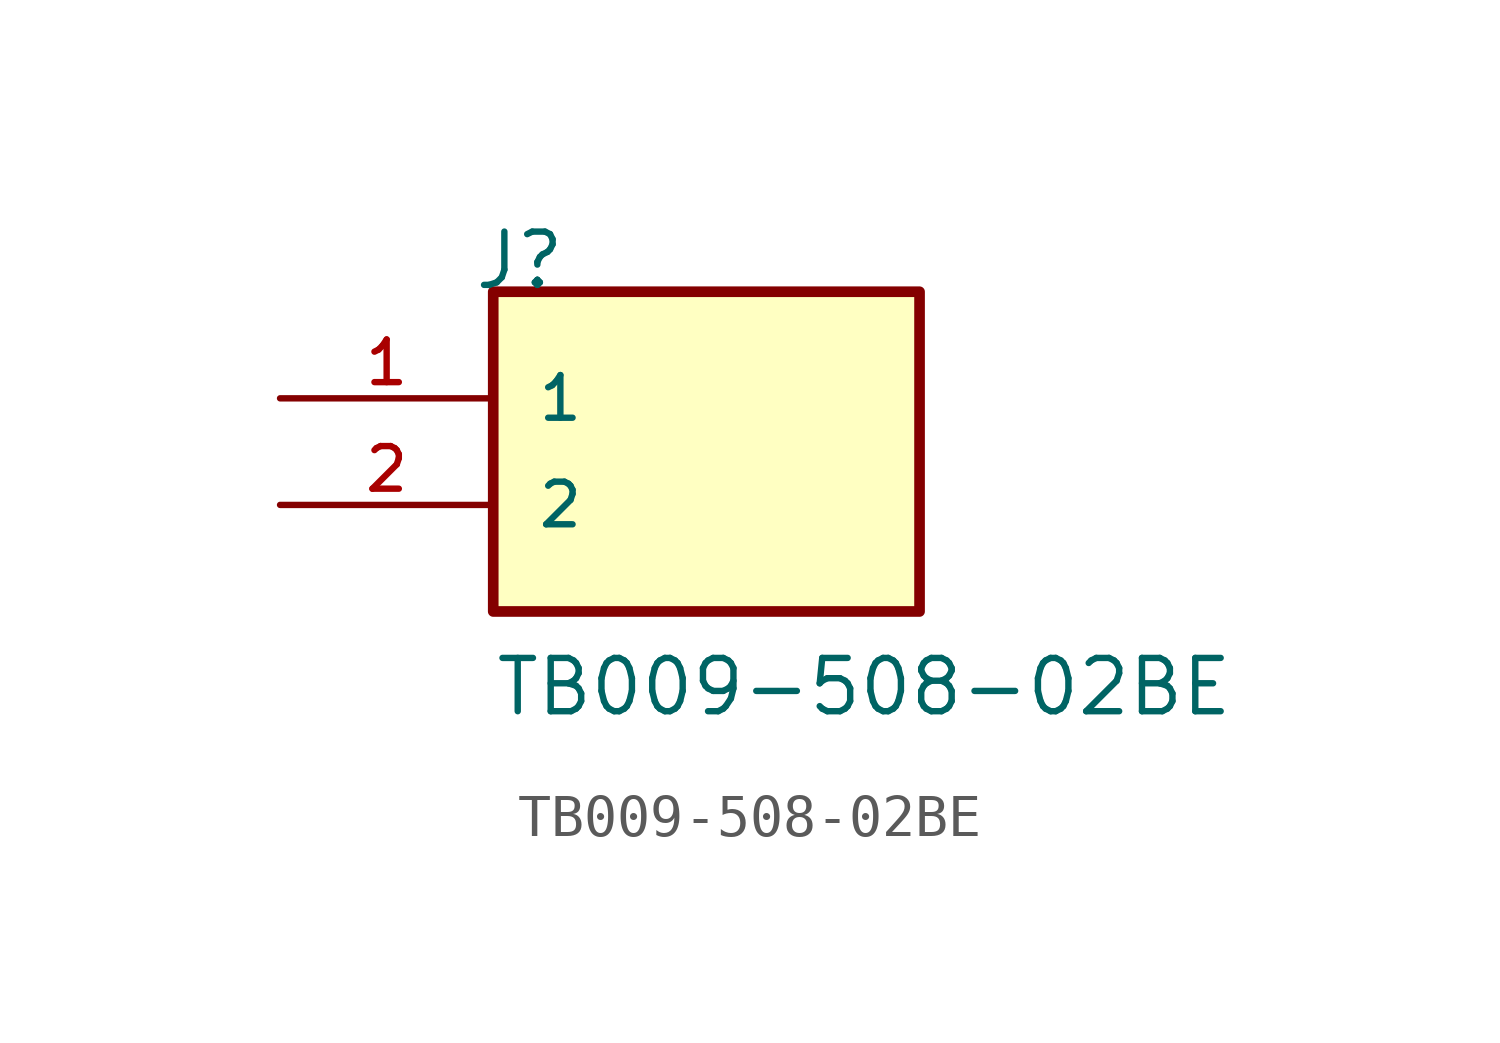
<source format=kicad_sym>
(kicad_symbol_lib
  (version 20211014)
  (generator kicad_symbol_editor)
  (symbol "TB009-508-02BE"
    (pin_names
      (offset 1.016))
    (property "Reference" "J"
      (at -5.58 5.08 0)
      (effects (font (size 1.27 1.27)) (justify bottom left)))
    (property "Value" "TB009-508-02BE"
      (at -5.08 -5.08 0)
      (effects (font (size 1.27 1.27)) (justify bottom left)))
    (symbol "TB009-508-02BE_0_0"
      (rectangle (start -5.08 -2.54) (end 5.08 5.08) (stroke (width 0.254)) (fill (type background)))
      (pin passive line (at -10.16 2.54 0) (length 5.08) (name "1" (effects (font (size 1.016 1.016)))) (number "1" (effects (font (size 1.016 1.016)))))
      (pin passive line (at -10.16 0.0 0) (length 5.08) (name "2" (effects (font (size 1.016 1.016)))) (number "2" (effects (font (size 1.016 1.016))))))))
</source>
